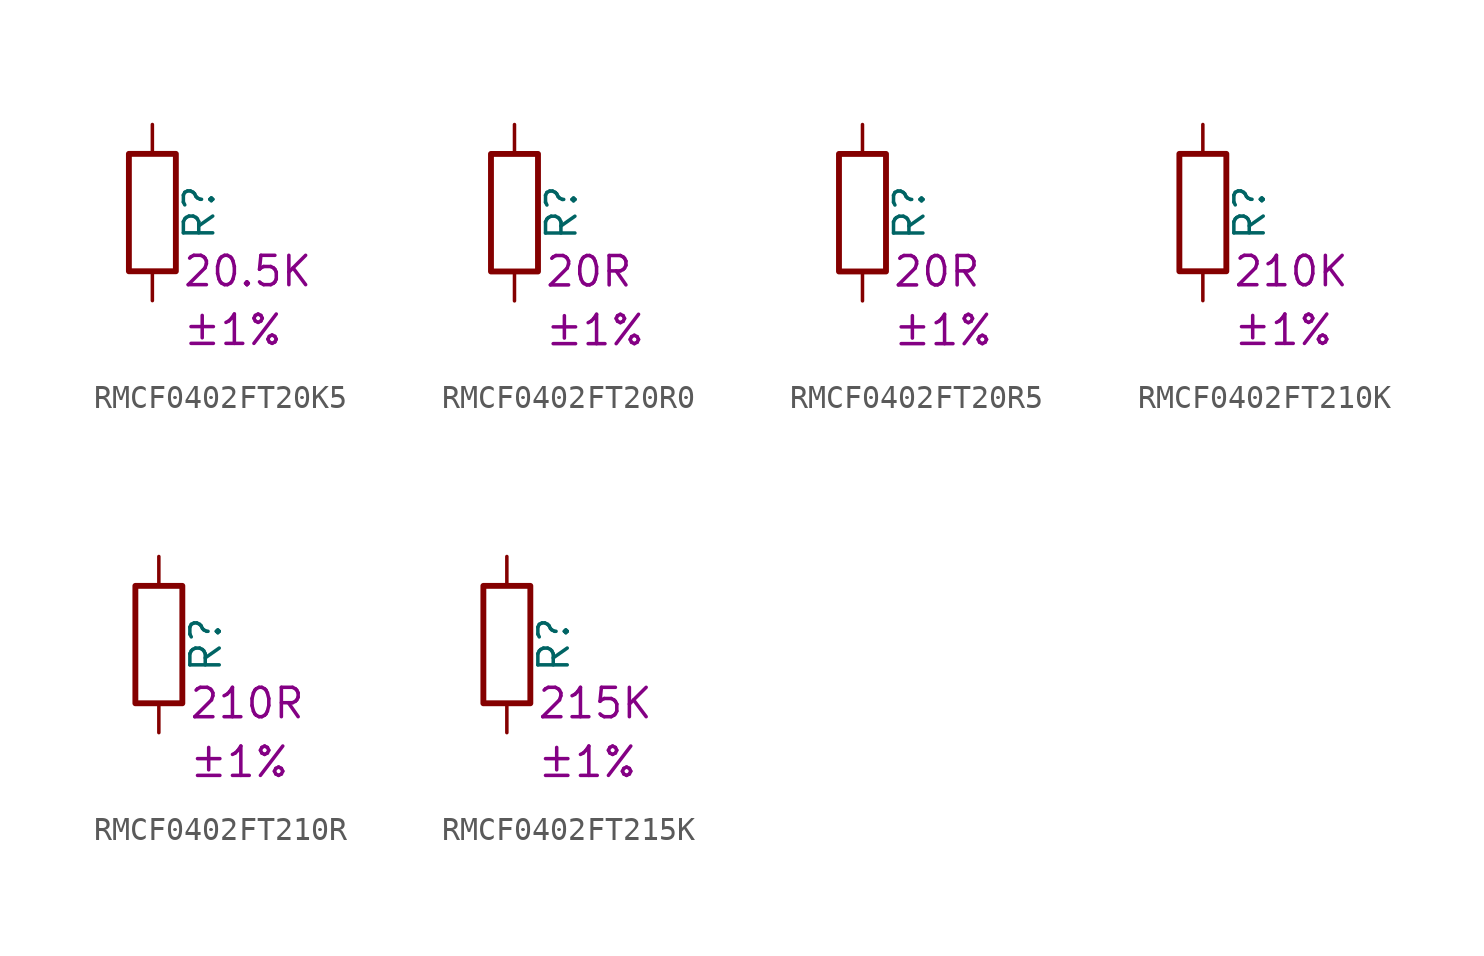
<source format=kicad_sym>
(kicad_symbol_lib
  (version 20220914)
  (generator kicad_symbol_editor)
  (symbol "RMCF0402FT20K5"
    (pin_numbers hide)
    (pin_names
      (offset 0))
    (property "Reference" "R"
      (at 2.032 0 90)
      (effects (font (size 1.27 1.27))))
    (property "Resistance" "20.5K"
      (at 1.27 -2.54 0)
      (effects (font (size 1.27 1.27)) (justify left)))
    (property "Tolerance" "±1%"
      (at 1.27 -5.08 0)
      (effects (font (size 1.27 1.27)) (justify left)))
    (symbol "RMCF0402FT20K5_0_1"
      (rectangle (start -1.016 -2.54) (end 1.016 2.54) (stroke (width 0.254) (type default)) (fill (type none))))
    (symbol "RMCF0402FT20K5_1_1"
      (pin passive line (at 0 3.81 270) (length 1.27) (name "~" (effects (font (size 1.27 1.27)))) (number "1" (effects (font (size 1.27 1.27)))))
      (pin passive line (at 0 -3.81 90) (length 1.27) (name "~" (effects (font (size 1.27 1.27)))) (number "2" (effects (font (size 1.27 1.27)))))))
  (symbol "RMCF0402FT20R0"
    (pin_numbers hide)
    (pin_names
      (offset 0))
    (property "Reference" "R"
      (at 2.032 0 90)
      (effects (font (size 1.27 1.27))))
    (property "Resistance" "20R"
      (at 1.27 -2.54 0)
      (effects (font (size 1.27 1.27)) (justify left)))
    (property "Tolerance" "±1%"
      (at 1.27 -5.08 0)
      (effects (font (size 1.27 1.27)) (justify left)))
    (symbol "RMCF0402FT20R0_0_1"
      (rectangle (start -1.016 -2.54) (end 1.016 2.54) (stroke (width 0.254) (type default)) (fill (type none))))
    (symbol "RMCF0402FT20R0_1_1"
      (pin passive line (at 0 3.81 270) (length 1.27) (name "~" (effects (font (size 1.27 1.27)))) (number "1" (effects (font (size 1.27 1.27)))))
      (pin passive line (at 0 -3.81 90) (length 1.27) (name "~" (effects (font (size 1.27 1.27)))) (number "2" (effects (font (size 1.27 1.27)))))))
  (symbol "RMCF0402FT20R5"
    (pin_numbers hide)
    (pin_names
      (offset 0))
    (property "Reference" "R"
      (at 2.032 0 90)
      (effects (font (size 1.27 1.27))))
    (property "Resistance" "20R"
      (at 1.27 -2.54 0)
      (effects (font (size 1.27 1.27)) (justify left)))
    (property "Tolerance" "±1%"
      (at 1.27 -5.08 0)
      (effects (font (size 1.27 1.27)) (justify left)))
    (symbol "RMCF0402FT20R5_0_1"
      (rectangle (start -1.016 -2.54) (end 1.016 2.54) (stroke (width 0.254) (type default)) (fill (type none))))
    (symbol "RMCF0402FT20R5_1_1"
      (pin passive line (at 0 3.81 270) (length 1.27) (name "~" (effects (font (size 1.27 1.27)))) (number "1" (effects (font (size 1.27 1.27)))))
      (pin passive line (at 0 -3.81 90) (length 1.27) (name "~" (effects (font (size 1.27 1.27)))) (number "2" (effects (font (size 1.27 1.27)))))))
  (symbol "RMCF0402FT210K"
    (pin_numbers hide)
    (pin_names
      (offset 0))
    (property "Reference" "R"
      (at 2.032 0 90)
      (effects (font (size 1.27 1.27))))
    (property "Resistance" "210K"
      (at 1.27 -2.54 0)
      (effects (font (size 1.27 1.27)) (justify left)))
    (property "Tolerance" "±1%"
      (at 1.27 -5.08 0)
      (effects (font (size 1.27 1.27)) (justify left)))
    (symbol "RMCF0402FT210K_0_1"
      (rectangle (start -1.016 -2.54) (end 1.016 2.54) (stroke (width 0.254) (type default)) (fill (type none))))
    (symbol "RMCF0402FT210K_1_1"
      (pin passive line (at 0 3.81 270) (length 1.27) (name "~" (effects (font (size 1.27 1.27)))) (number "1" (effects (font (size 1.27 1.27)))))
      (pin passive line (at 0 -3.81 90) (length 1.27) (name "~" (effects (font (size 1.27 1.27)))) (number "2" (effects (font (size 1.27 1.27)))))))
  (symbol "RMCF0402FT210R"
    (pin_numbers hide)
    (pin_names
      (offset 0))
    (property "Reference" "R"
      (at 2.032 0 90)
      (effects (font (size 1.27 1.27))))
    (property "Resistance" "210R"
      (at 1.27 -2.54 0)
      (effects (font (size 1.27 1.27)) (justify left)))
    (property "Tolerance" "±1%"
      (at 1.27 -5.08 0)
      (effects (font (size 1.27 1.27)) (justify left)))
    (symbol "RMCF0402FT210R_0_1"
      (rectangle (start -1.016 -2.54) (end 1.016 2.54) (stroke (width 0.254) (type default)) (fill (type none))))
    (symbol "RMCF0402FT210R_1_1"
      (pin passive line (at 0 3.81 270) (length 1.27) (name "~" (effects (font (size 1.27 1.27)))) (number "1" (effects (font (size 1.27 1.27)))))
      (pin passive line (at 0 -3.81 90) (length 1.27) (name "~" (effects (font (size 1.27 1.27)))) (number "2" (effects (font (size 1.27 1.27)))))))
  (symbol "RMCF0402FT215K"
    (pin_numbers hide)
    (pin_names
      (offset 0))
    (property "Reference" "R"
      (at 2.032 0 90)
      (effects (font (size 1.27 1.27))))
    (property "Resistance" "215K"
      (at 1.27 -2.54 0)
      (effects (font (size 1.27 1.27)) (justify left)))
    (property "Tolerance" "±1%"
      (at 1.27 -5.08 0)
      (effects (font (size 1.27 1.27)) (justify left)))
    (symbol "RMCF0402FT215K_0_1"
      (rectangle (start -1.016 -2.54) (end 1.016 2.54) (stroke (width 0.254) (type default)) (fill (type none))))
    (symbol "RMCF0402FT215K_1_1"
      (pin passive line (at 0 3.81 270) (length 1.27) (name "~" (effects (font (size 1.27 1.27)))) (number "1" (effects (font (size 1.27 1.27)))))
      (pin passive line (at 0 -3.81 90) (length 1.27) (name "~" (effects (font (size 1.27 1.27)))) (number "2" (effects (font (size 1.27 1.27))))))))
</source>
